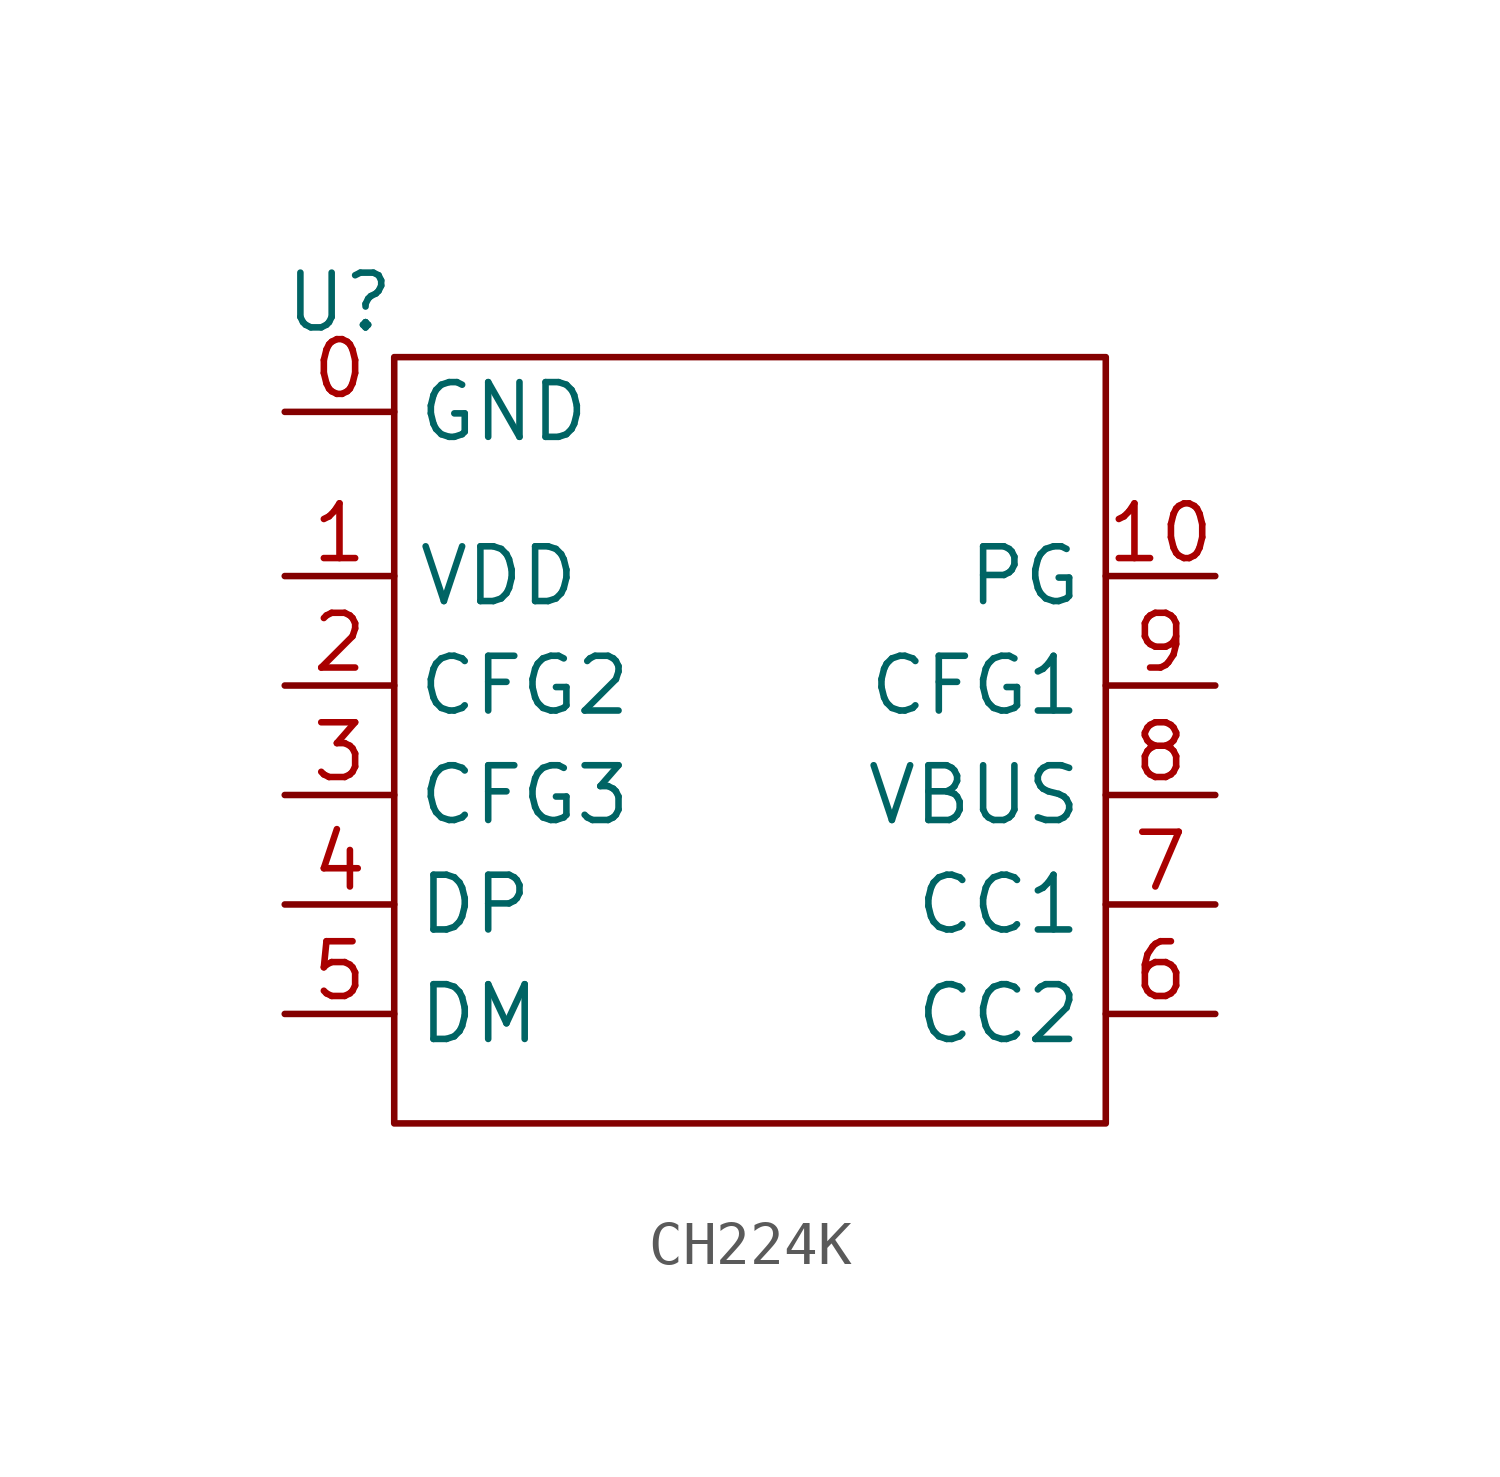
<source format=kicad_sym>
(kicad_symbol_lib
  (version 20220914)
  (generator kicad_symbol_editor)
  (symbol "CH224K"
    (property "Reference" "U"
      (at -1.27 1.27 0)
      (effects (font (size 1.27 1.27))))
    (property "Value" ""
      (at 0 0 0)
      (effects (font (size 1.27 1.27))))
    (symbol "CH224K_0_1"
      (rectangle (start 0 0) (end 16.51 -17.78) (stroke (width 0) (type default)) (fill (type none))))
    (symbol "CH224K_1_1"
      (pin power_in line (at -2.54 -1.27 0) (length 2.54) (name "GND" (effects (font (size 1.27 1.27)))) (number "0" (effects (font (size 1.27 1.27)))))
      (pin power_in line (at -2.54 -5.08 0) (length 2.54) (name "VDD" (effects (font (size 1.27 1.27)))) (number "1" (effects (font (size 1.27 1.27)))))
      (pin output line (at 19.05 -5.08 180) (length 2.54) (name "PG" (effects (font (size 1.27 1.27)))) (number "10" (effects (font (size 1.27 1.27)))))
      (pin input line (at -2.54 -7.62 0) (length 2.54) (name "CFG2" (effects (font (size 1.27 1.27)))) (number "2" (effects (font (size 1.27 1.27)))))
      (pin input line (at -2.54 -10.16 0) (length 2.54) (name "CFG3" (effects (font (size 1.27 1.27)))) (number "3" (effects (font (size 1.27 1.27)))))
      (pin bidirectional line (at -2.54 -12.7 0) (length 2.54) (name "DP" (effects (font (size 1.27 1.27)))) (number "4" (effects (font (size 1.27 1.27)))))
      (pin bidirectional line (at -2.54 -15.24 0) (length 2.54) (name "DM" (effects (font (size 1.27 1.27)))) (number "5" (effects (font (size 1.27 1.27)))))
      (pin bidirectional line (at 19.05 -15.24 180) (length 2.54) (name "CC2" (effects (font (size 1.27 1.27)))) (number "6" (effects (font (size 1.27 1.27)))))
      (pin bidirectional line (at 19.05 -12.7 180) (length 2.54) (name "CC1" (effects (font (size 1.27 1.27)))) (number "7" (effects (font (size 1.27 1.27)))))
      (pin input line (at 19.05 -10.16 180) (length 2.54) (name "VBUS" (effects (font (size 1.27 1.27)))) (number "8" (effects (font (size 1.27 1.27)))))
      (pin input line (at 19.05 -7.62 180) (length 2.54) (name "CFG1" (effects (font (size 1.27 1.27)))) (number "9" (effects (font (size 1.27 1.27))))))))
</source>
